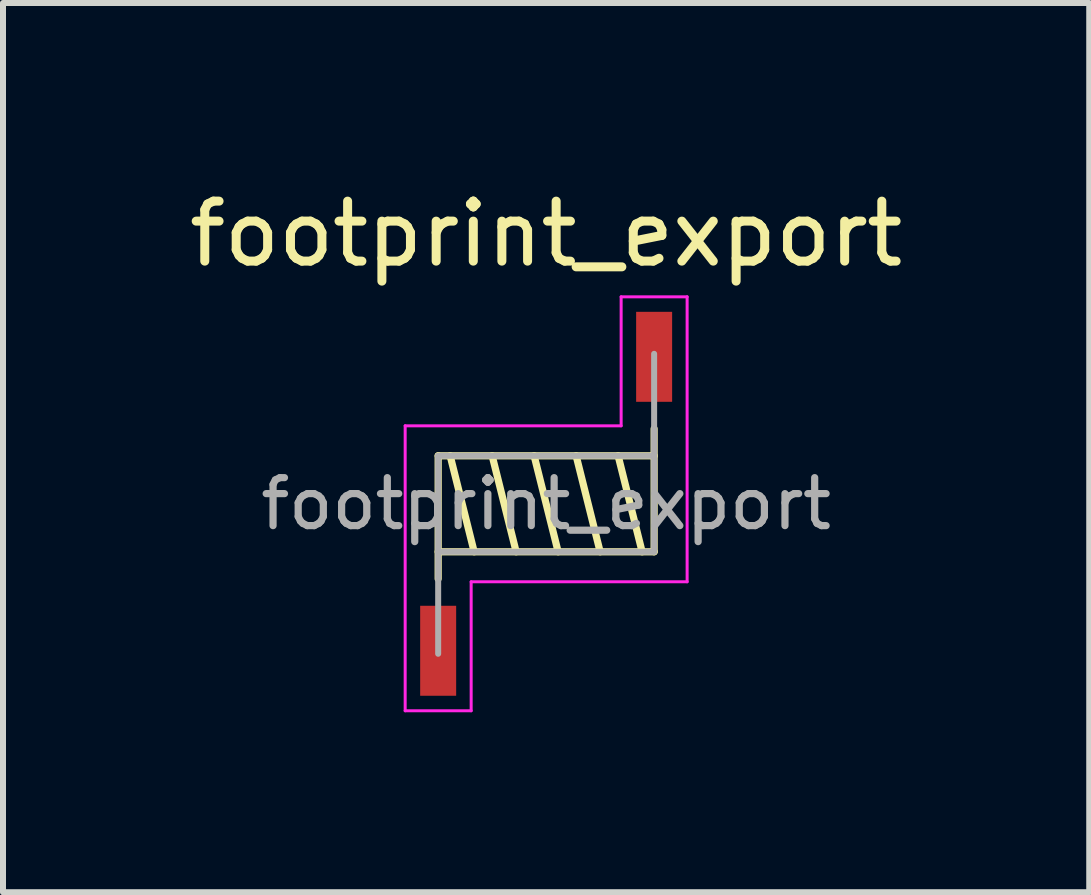
<source format=kicad_pcb>
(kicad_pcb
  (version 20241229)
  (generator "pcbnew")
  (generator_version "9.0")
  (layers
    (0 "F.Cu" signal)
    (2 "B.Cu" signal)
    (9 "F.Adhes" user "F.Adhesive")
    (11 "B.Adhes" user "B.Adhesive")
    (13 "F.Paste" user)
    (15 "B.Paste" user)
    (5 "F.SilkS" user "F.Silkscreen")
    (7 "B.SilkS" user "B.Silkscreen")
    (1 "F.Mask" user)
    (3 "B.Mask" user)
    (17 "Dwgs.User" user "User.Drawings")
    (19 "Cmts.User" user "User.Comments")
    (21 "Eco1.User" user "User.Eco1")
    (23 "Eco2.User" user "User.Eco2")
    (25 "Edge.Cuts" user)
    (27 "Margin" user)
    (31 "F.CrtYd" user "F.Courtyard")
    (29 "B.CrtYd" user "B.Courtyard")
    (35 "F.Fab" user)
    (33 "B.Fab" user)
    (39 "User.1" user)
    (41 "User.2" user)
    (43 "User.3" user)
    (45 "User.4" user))
  (footprint "footprint_export"
    (layer "F.Cu")
    (at 6.054 5.348)
    (property "Reference" "footprint_export" (at 0 -4.5 0) (layer "F.SilkS") (effects (font (size 1 1) (thickness 0.15))))
    (attr smd)
    (fp_line (start -1.8 -0.8) (end -1.8 1.25) (stroke (width 0.12) (type solid)) (layer "F.SilkS"))
    (fp_line (start -1.8 -0.8) (end 1.8 -0.8) (stroke (width 0.12) (type solid)) (layer "F.SilkS"))
    (fp_line (start -1.6 -0.8) (end -1.2 0.8) (stroke (width 0.12) (type solid)) (layer "F.SilkS"))
    (fp_line (start -0.9 -0.8) (end -0.5 0.8) (stroke (width 0.12) (type solid)) (layer "F.SilkS"))
    (fp_line (start -0.2 -0.8) (end 0.2 0.8) (stroke (width 0.12) (type solid)) (layer "F.SilkS"))
    (fp_line (start 0.5 -0.8) (end 0.9 0.8) (stroke (width 0.12) (type solid)) (layer "F.SilkS"))
    (fp_line (start 1.2 -0.8) (end 1.6 0.8) (stroke (width 0.12) (type solid)) (layer "F.SilkS"))
    (fp_line (start 1.8 0.8) (end -1.8 0.8) (stroke (width 0.12) (type solid)) (layer "F.SilkS"))
    (fp_line (start 1.8 0.8) (end 1.8 -1.25) (stroke (width 0.12) (type solid)) (layer "F.SilkS"))
    (fp_line (start -2.35 -1.3) (end -2.35 3.45) (stroke (width 0.05) (type solid)) (layer "F.CrtYd"))
    (fp_line (start -2.35 3.45) (end -1.25 3.45) (stroke (width 0.05) (type solid)) (layer "F.CrtYd"))
    (fp_line (start -1.25 1.3) (end 2.35 1.3) (stroke (width 0.05) (type solid)) (layer "F.CrtYd"))
    (fp_line (start -1.25 3.45) (end -1.25 1.3) (stroke (width 0.05) (type solid)) (layer "F.CrtYd"))
    (fp_line (start 1.25 -3.45) (end 1.25 -1.3) (stroke (width 0.05) (type solid)) (layer "F.CrtYd"))
    (fp_line (start 1.25 -1.3) (end -2.35 -1.3) (stroke (width 0.05) (type solid)) (layer "F.CrtYd"))
    (fp_line (start 2.35 -3.45) (end 1.25 -3.45) (stroke (width 0.05) (type solid)) (layer "F.CrtYd"))
    (fp_line (start 2.35 1.3) (end 2.35 -3.45) (stroke (width 0.05) (type solid)) (layer "F.CrtYd"))
    (fp_line (start -1.8 -0.8) (end -1.8 2.5) (stroke (width 0.1) (type solid)) (layer "F.Fab"))
    (fp_line (start -1.8 -0.8) (end 1.8 -0.8) (stroke (width 0.1) (type solid)) (layer "F.Fab"))
    (fp_line (start 1.8 0.8) (end -1.8 0.8) (stroke (width 0.1) (type solid)) (layer "F.Fab"))
    (fp_line (start 1.8 0.8) (end 1.8 -2.5) (stroke (width 0.1) (type solid)) (layer "F.Fab"))
    (fp_text user "${REFERENCE}" (at 0 0 0) (layer "F.Fab") (effects (font (size 0.8 0.8) (thickness 0.12))))
    (pad "1" smd rect (at -1.8 2.45) (size 0.6 1.5) (layers "F.Cu" "F.Mask" "F.Paste"))
    (pad "2" smd rect (at 1.8 -2.45) (size 0.6 1.5) (layers "F.Cu" "F.Mask" "F.Paste")))
  (gr_rect
    (start -3 -3)
    (end 15.107 11.823)
    (stroke (width 0.1) (type default))
    (fill no)
    (layer "Edge.Cuts")))
</source>
